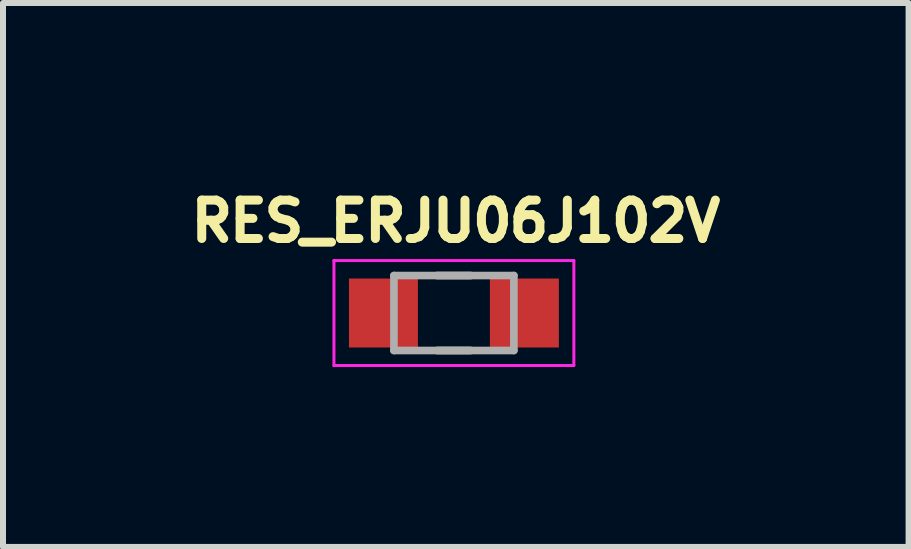
<source format=kicad_pcb>
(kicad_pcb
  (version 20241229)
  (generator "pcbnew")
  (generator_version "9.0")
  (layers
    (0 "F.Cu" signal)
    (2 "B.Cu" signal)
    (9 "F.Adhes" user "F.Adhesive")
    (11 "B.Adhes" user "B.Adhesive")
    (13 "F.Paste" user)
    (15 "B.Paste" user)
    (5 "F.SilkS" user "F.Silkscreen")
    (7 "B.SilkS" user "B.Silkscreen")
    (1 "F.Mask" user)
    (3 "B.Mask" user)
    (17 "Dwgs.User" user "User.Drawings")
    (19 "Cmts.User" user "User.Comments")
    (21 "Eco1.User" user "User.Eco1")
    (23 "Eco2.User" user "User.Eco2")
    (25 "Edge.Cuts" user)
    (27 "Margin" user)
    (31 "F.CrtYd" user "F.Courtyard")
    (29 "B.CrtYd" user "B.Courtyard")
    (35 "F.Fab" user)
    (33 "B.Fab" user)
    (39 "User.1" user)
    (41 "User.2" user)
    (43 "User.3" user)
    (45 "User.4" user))
  (footprint "RES_ERJU06J102V"
    (layer "F.Cu")
    (at 4.518 2.169)
    (property "Reference" "RES_ERJU06J102V" (at 0.032 -1.531 0) (layer "F.SilkS") (effects (font (size 0.64 0.64) (thickness 0.15))))
    (attr smd)
    (fp_line (start -0.28 -0.625) (end 0.28 -0.625) (stroke (width 0.127) (type solid)) (layer "F.SilkS"))
    (fp_line (start -0.28 0.625) (end 0.28 0.625) (stroke (width 0.127) (type solid)) (layer "F.SilkS"))
    (fp_line (start -2 -0.875) (end -2 0.875) (stroke (width 0.05) (type solid)) (layer "F.CrtYd"))
    (fp_line (start -2 0.875) (end 2 0.875) (stroke (width 0.05) (type solid)) (layer "F.CrtYd"))
    (fp_line (start 2 -0.875) (end -2 -0.875) (stroke (width 0.05) (type solid)) (layer "F.CrtYd"))
    (fp_line (start 2 0.875) (end 2 -0.875) (stroke (width 0.05) (type solid)) (layer "F.CrtYd"))
    (fp_line (start -1 -0.625) (end -1 0.625) (stroke (width 0.127) (type solid)) (layer "F.Fab"))
    (fp_line (start -1 -0.625) (end 1 -0.625) (stroke (width 0.127) (type solid)) (layer "F.Fab"))
    (fp_line (start -1 0.625) (end 1 0.625) (stroke (width 0.127) (type solid)) (layer "F.Fab"))
    (fp_line (start 1 -0.625) (end 1 0.625) (stroke (width 0.127) (type solid)) (layer "F.Fab"))
    (pad "1" smd rect (at -1.175 0) (size 1.15 1.15) (layers "F.Cu" "F.Mask" "F.Paste"))
    (pad "2" smd rect (at 1.175 0) (size 1.15 1.15) (layers "F.Cu" "F.Mask" "F.Paste")))
  (gr_rect
    (start -3 -3)
    (end 12.099 6.069)
    (stroke (width 0.1) (type default))
    (fill no)
    (layer "Edge.Cuts")))
</source>
